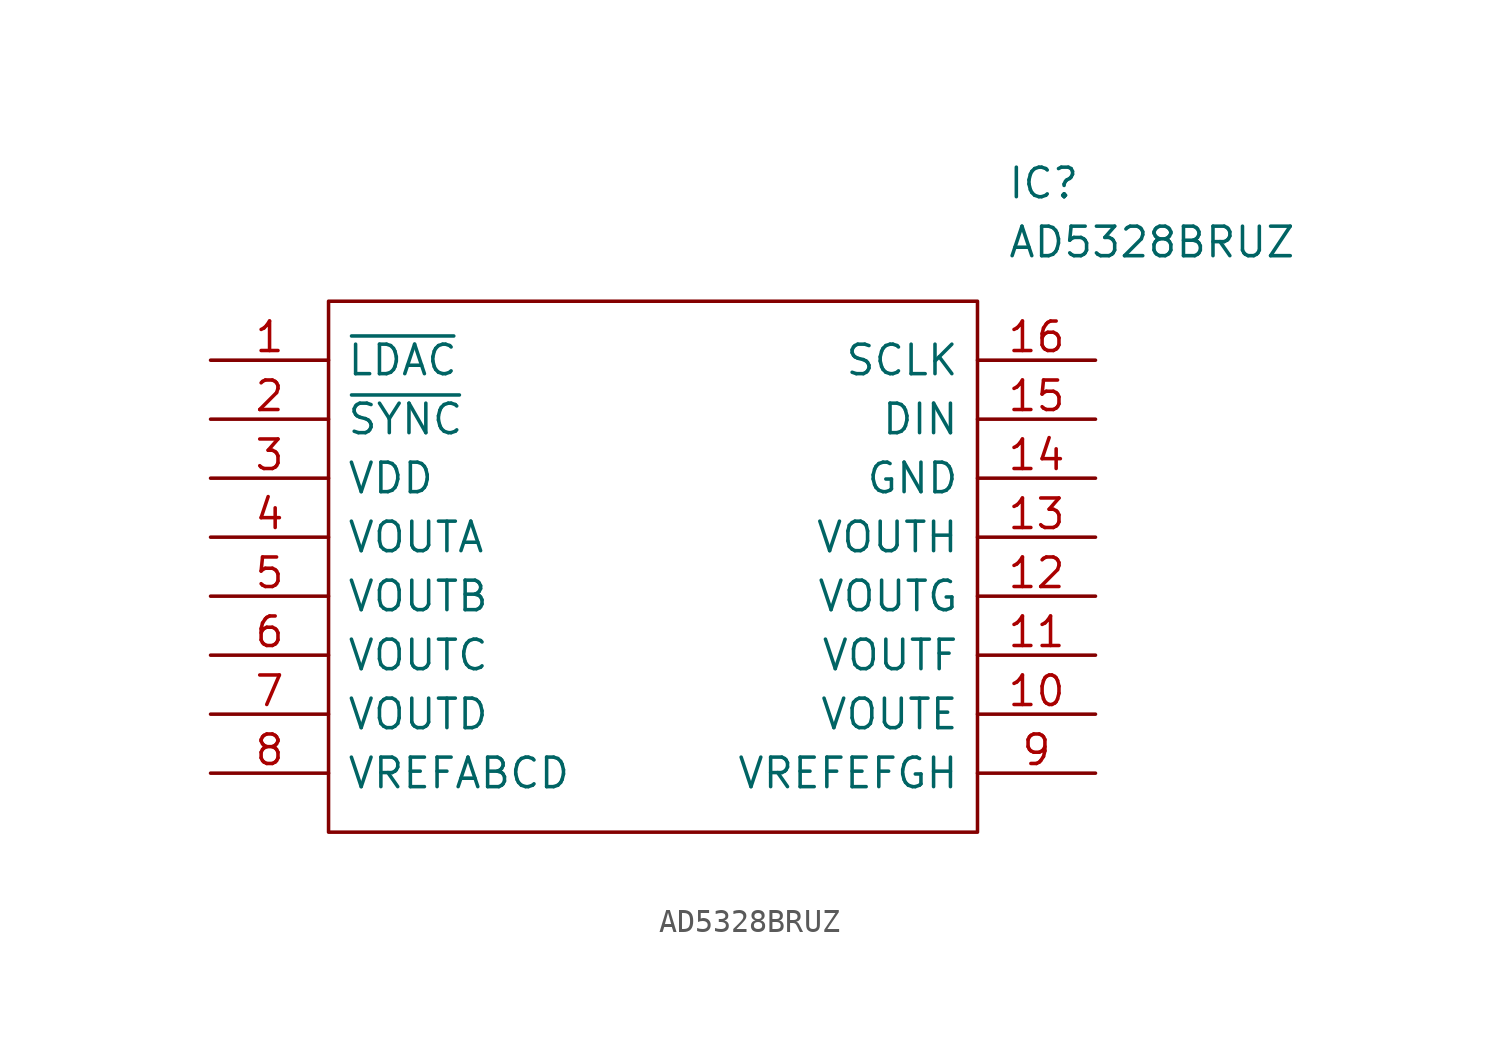
<source format=kicad_sym>
(kicad_symbol_lib
  (version 20211014)
  (generator kicad_symbol_editor)
  (symbol "AD5328BRUZ"
    (pin_names
      (offset 0.762))
    (property "Reference" "IC"
      (at 34.29 7.62 0)
      (effects (font (size 1.27 1.27)) (justify left)))
    (property "Value" "AD5328BRUZ"
      (at 34.29 5.08 0)
      (effects (font (size 1.27 1.27)) (justify left)))
    (symbol "AD5328BRUZ_0_0"
      (pin passive line (at 0 0 0) (length 5.08) (name "~{LDAC}" (effects (font (size 1.27 1.27)))) (number "1" (effects (font (size 1.27 1.27)))))
      (pin passive line (at 38.1 -15.24 180) (length 5.08) (name "VOUTE" (effects (font (size 1.27 1.27)))) (number "10" (effects (font (size 1.27 1.27)))))
      (pin passive line (at 38.1 -12.7 180) (length 5.08) (name "VOUTF" (effects (font (size 1.27 1.27)))) (number "11" (effects (font (size 1.27 1.27)))))
      (pin passive line (at 38.1 -10.16 180) (length 5.08) (name "VOUTG" (effects (font (size 1.27 1.27)))) (number "12" (effects (font (size 1.27 1.27)))))
      (pin passive line (at 38.1 -7.62 180) (length 5.08) (name "VOUTH" (effects (font (size 1.27 1.27)))) (number "13" (effects (font (size 1.27 1.27)))))
      (pin passive line (at 38.1 -5.08 180) (length 5.08) (name "GND" (effects (font (size 1.27 1.27)))) (number "14" (effects (font (size 1.27 1.27)))))
      (pin passive line (at 38.1 -2.54 180) (length 5.08) (name "DIN" (effects (font (size 1.27 1.27)))) (number "15" (effects (font (size 1.27 1.27)))))
      (pin passive line (at 38.1 0 180) (length 5.08) (name "SCLK" (effects (font (size 1.27 1.27)))) (number "16" (effects (font (size 1.27 1.27)))))
      (pin passive line (at 0 -2.54 0) (length 5.08) (name "~{SYNC}" (effects (font (size 1.27 1.27)))) (number "2" (effects (font (size 1.27 1.27)))))
      (pin passive line (at 0 -5.08 0) (length 5.08) (name "VDD" (effects (font (size 1.27 1.27)))) (number "3" (effects (font (size 1.27 1.27)))))
      (pin passive line (at 0 -7.62 0) (length 5.08) (name "VOUTA" (effects (font (size 1.27 1.27)))) (number "4" (effects (font (size 1.27 1.27)))))
      (pin passive line (at 0 -10.16 0) (length 5.08) (name "VOUTB" (effects (font (size 1.27 1.27)))) (number "5" (effects (font (size 1.27 1.27)))))
      (pin passive line (at 0 -12.7 0) (length 5.08) (name "VOUTC" (effects (font (size 1.27 1.27)))) (number "6" (effects (font (size 1.27 1.27)))))
      (pin passive line (at 0 -15.24 0) (length 5.08) (name "VOUTD" (effects (font (size 1.27 1.27)))) (number "7" (effects (font (size 1.27 1.27)))))
      (pin passive line (at 0 -17.78 0) (length 5.08) (name "VREFABCD" (effects (font (size 1.27 1.27)))) (number "8" (effects (font (size 1.27 1.27)))))
      (pin passive line (at 38.1 -17.78 180) (length 5.08) (name "VREFEFGH" (effects (font (size 1.27 1.27)))) (number "9" (effects (font (size 1.27 1.27))))))
    (symbol "AD5328BRUZ_0_1"
      (polyline (pts (xy 5.08 2.54) (xy 33.02 2.54) (xy 33.02 -20.32) (xy 5.08 -20.32) (xy 5.08 2.54)) (stroke (width 0.152) (type default) (color 0 0 0 0)) (fill (type none))))))
</source>
